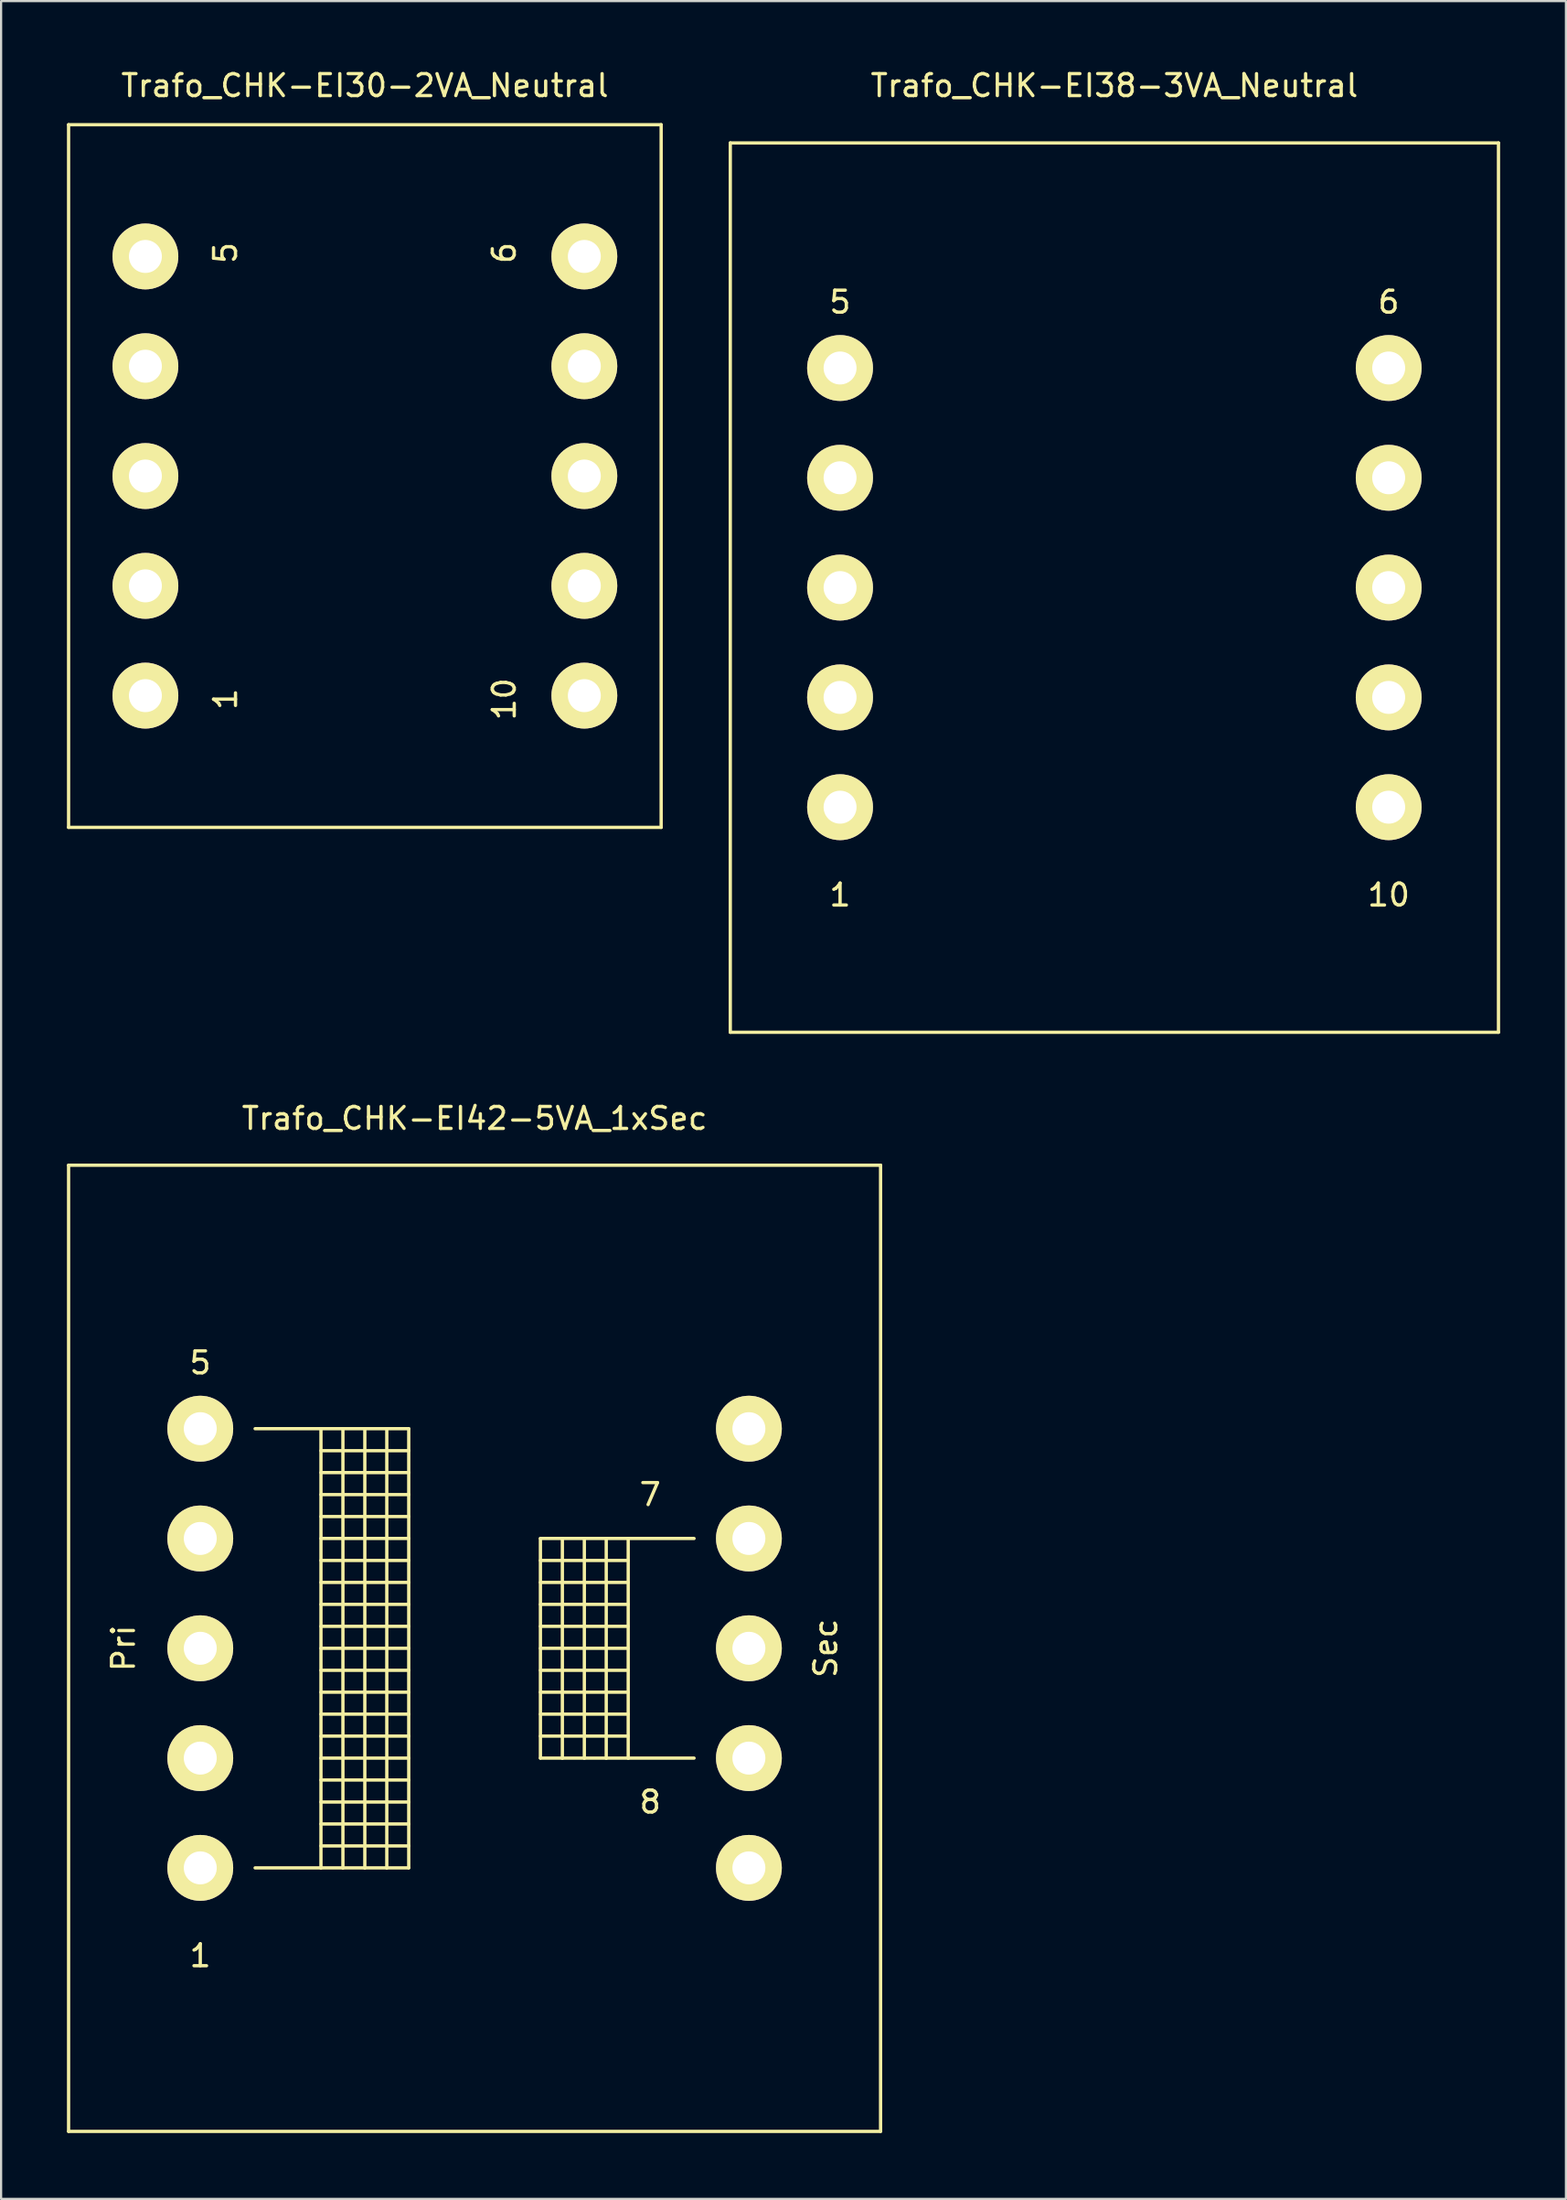
<source format=kicad_pcb>
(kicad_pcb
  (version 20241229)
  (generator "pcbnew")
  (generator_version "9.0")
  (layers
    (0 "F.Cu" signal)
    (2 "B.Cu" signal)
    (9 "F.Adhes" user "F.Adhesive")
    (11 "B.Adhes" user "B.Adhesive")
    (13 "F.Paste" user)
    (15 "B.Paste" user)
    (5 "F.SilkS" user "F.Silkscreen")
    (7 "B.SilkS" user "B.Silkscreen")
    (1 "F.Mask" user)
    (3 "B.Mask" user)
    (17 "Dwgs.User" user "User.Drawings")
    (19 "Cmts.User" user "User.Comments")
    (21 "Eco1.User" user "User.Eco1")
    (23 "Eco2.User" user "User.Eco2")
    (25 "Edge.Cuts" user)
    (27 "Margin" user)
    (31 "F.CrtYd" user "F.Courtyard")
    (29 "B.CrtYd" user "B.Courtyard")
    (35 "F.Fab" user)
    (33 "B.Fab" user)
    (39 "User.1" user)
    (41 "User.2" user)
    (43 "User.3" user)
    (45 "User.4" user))
  (footprint "Trafo_CHK-EI38-3VA_Neutral"
    (layer "F.Cu")
    (at 47.726 23.708)
    (property "Reference" "Trafo_CHK-EI38-3VA_Neutral" (at 0 -22.86 0) (layer "F.SilkS") (effects (font (size 1 1) (thickness 0.15))))
    (attr through_hole)
    (fp_line (start -17.501 -20.249) (end -17.501 20.249) (stroke (width 0.15) (type solid)) (layer "F.SilkS"))
    (fp_line (start -17.501 20.249) (end 17.501 20.249) (stroke (width 0.15) (type solid)) (layer "F.SilkS"))
    (fp_line (start 17.501 -20.249) (end -17.501 -20.249) (stroke (width 0.15) (type solid)) (layer "F.SilkS"))
    (fp_line (start 17.501 20.249) (end 17.501 -20.249) (stroke (width 0.15) (type solid)) (layer "F.SilkS"))
    (fp_text user "5" (at -12.499 -13 0) (layer "F.SilkS") (effects (font (size 1 1) (thickness 0.15))))
    (fp_text user "6" (at 12.499 -13 0) (layer "F.SilkS") (effects (font (size 1 1) (thickness 0.15))))
    (fp_text user "10" (at 12.499 14 0) (layer "F.SilkS") (effects (font (size 1 1) (thickness 0.15))))
    (fp_text user "1" (at -12.499 14 0) (layer "F.SilkS") (effects (font (size 1 1) (thickness 0.15))))
    (pad "1" thru_hole circle (at -12.499 10) (size 3 3) (drill 1.501) (layers "*.Cu" "*.Mask" "F.SilkS"))
    (pad "2" thru_hole circle (at -12.499 5.001) (size 3 3) (drill 1.501) (layers "*.Cu" "*.Mask" "F.SilkS"))
    (pad "3" thru_hole circle (at -12.499 0) (size 3 3) (drill 1.501) (layers "*.Cu" "*.Mask" "F.SilkS"))
    (pad "4" thru_hole circle (at -12.499 -5.001) (size 3 3) (drill 1.501) (layers "*.Cu" "*.Mask" "F.SilkS"))
    (pad "5" thru_hole circle (at -12.499 -10) (size 3 3) (drill 1.501) (layers "*.Cu" "*.Mask" "F.SilkS"))
    (pad "6" thru_hole circle (at 12.499 -10) (size 3 3) (drill 1.501) (layers "*.Cu" "*.Mask" "F.SilkS"))
    (pad "7" thru_hole circle (at 12.499 -5.001) (size 3 3) (drill 1.501) (layers "*.Cu" "*.Mask" "F.SilkS"))
    (pad "8" thru_hole circle (at 12.499 0) (size 3 3) (drill 1.501) (layers "*.Cu" "*.Mask" "F.SilkS"))
    (pad "9" thru_hole circle (at 12.499 5.001) (size 3 3) (drill 1.501) (layers "*.Cu" "*.Mask" "F.SilkS"))
    (pad "10" thru_hole circle (at 12.499 10) (size 3 3) (drill 1.501) (layers "*.Cu" "*.Mask" "F.SilkS")))
  (footprint "Trafo_CHK-EI42-5VA_1xSec"
    (layer "F.Cu")
    (at 18.574 72.01)
    (property "Reference" "Trafo_CHK-EI42-5VA_1xSec" (at 0 -24.13 0) (layer "F.SilkS") (effects (font (size 1 1) (thickness 0.15))))
    (attr through_hole)
    (fp_line (start -18.499 -21.999) (end -18.499 21.999) (stroke (width 0.15) (type solid)) (layer "F.SilkS"))
    (fp_line (start -18.499 21.999) (end 18.499 21.999) (stroke (width 0.15) (type solid)) (layer "F.SilkS"))
    (fp_line (start -10 -10) (end -7 -10) (stroke (width 0.15) (type solid)) (layer "F.SilkS"))
    (fp_line (start -7 -10) (end -7 10) (stroke (width 0.15) (type solid)) (layer "F.SilkS"))
    (fp_line (start -7 -10) (end -5.999 -10) (stroke (width 0.15) (type solid)) (layer "F.SilkS"))
    (fp_line (start -7 -8.999) (end -3 -8.999) (stroke (width 0.15) (type solid)) (layer "F.SilkS"))
    (fp_line (start -7 -8.001) (end -3 -8.001) (stroke (width 0.15) (type solid)) (layer "F.SilkS"))
    (fp_line (start -7 -7) (end -3 -7) (stroke (width 0.15) (type solid)) (layer "F.SilkS"))
    (fp_line (start -7 -5.999) (end -3 -5.999) (stroke (width 0.15) (type solid)) (layer "F.SilkS"))
    (fp_line (start -7 -5.001) (end -3 -5.001) (stroke (width 0.15) (type solid)) (layer "F.SilkS"))
    (fp_line (start -7 -4) (end -3 -4) (stroke (width 0.15) (type solid)) (layer "F.SilkS"))
    (fp_line (start -7 -3) (end -3 -3) (stroke (width 0.15) (type solid)) (layer "F.SilkS"))
    (fp_line (start -7 -1.999) (end -3 -1.999) (stroke (width 0.15) (type solid)) (layer "F.SilkS"))
    (fp_line (start -7 -1.001) (end -3 -1.001) (stroke (width 0.15) (type solid)) (layer "F.SilkS"))
    (fp_line (start -7 0) (end -3 0) (stroke (width 0.15) (type solid)) (layer "F.SilkS"))
    (fp_line (start -7 1.001) (end -3 1.001) (stroke (width 0.15) (type solid)) (layer "F.SilkS"))
    (fp_line (start -7 1.999) (end -3 1.999) (stroke (width 0.15) (type solid)) (layer "F.SilkS"))
    (fp_line (start -7 3) (end -3 3) (stroke (width 0.15) (type solid)) (layer "F.SilkS"))
    (fp_line (start -7 4) (end -3 4) (stroke (width 0.15) (type solid)) (layer "F.SilkS"))
    (fp_line (start -7 5.001) (end -3 5.001) (stroke (width 0.15) (type solid)) (layer "F.SilkS"))
    (fp_line (start -7 5.999) (end -3 5.999) (stroke (width 0.15) (type solid)) (layer "F.SilkS"))
    (fp_line (start -7 7) (end -3 7) (stroke (width 0.15) (type solid)) (layer "F.SilkS"))
    (fp_line (start -7 8.001) (end -3 8.001) (stroke (width 0.15) (type solid)) (layer "F.SilkS"))
    (fp_line (start -7 8.999) (end -3 8.999) (stroke (width 0.15) (type solid)) (layer "F.SilkS"))
    (fp_line (start -7 10) (end -10 10) (stroke (width 0.15) (type solid)) (layer "F.SilkS"))
    (fp_line (start -5.999 -10) (end -5.999 10) (stroke (width 0.15) (type solid)) (layer "F.SilkS"))
    (fp_line (start -5.999 -10) (end -5.001 -10) (stroke (width 0.15) (type solid)) (layer "F.SilkS"))
    (fp_line (start -5.999 10) (end -7 10) (stroke (width 0.15) (type solid)) (layer "F.SilkS"))
    (fp_line (start -5.001 -10) (end -5.001 10) (stroke (width 0.15) (type solid)) (layer "F.SilkS"))
    (fp_line (start -5.001 -10) (end -4 -10) (stroke (width 0.15) (type solid)) (layer "F.SilkS"))
    (fp_line (start -5.001 10) (end -5.999 10) (stroke (width 0.15) (type solid)) (layer "F.SilkS"))
    (fp_line (start -4 -10) (end -4 10) (stroke (width 0.15) (type solid)) (layer "F.SilkS"))
    (fp_line (start -4 -10) (end -3 -10) (stroke (width 0.15) (type solid)) (layer "F.SilkS"))
    (fp_line (start -4 10) (end -5.001 10) (stroke (width 0.15) (type solid)) (layer "F.SilkS"))
    (fp_line (start -3 -10) (end -3 10) (stroke (width 0.15) (type solid)) (layer "F.SilkS"))
    (fp_line (start -3 10) (end -4 10) (stroke (width 0.15) (type solid)) (layer "F.SilkS"))
    (fp_line (start 3 -5.001) (end 3 5.001) (stroke (width 0.15) (type solid)) (layer "F.SilkS"))
    (fp_line (start 3 -4) (end 7 -4) (stroke (width 0.15) (type solid)) (layer "F.SilkS"))
    (fp_line (start 3 -1.999) (end 7 -1.999) (stroke (width 0.15) (type solid)) (layer "F.SilkS"))
    (fp_line (start 3 0) (end 7 0) (stroke (width 0.15) (type solid)) (layer "F.SilkS"))
    (fp_line (start 3 1.999) (end 7 1.999) (stroke (width 0.15) (type solid)) (layer "F.SilkS"))
    (fp_line (start 3 4) (end 7 4) (stroke (width 0.15) (type solid)) (layer "F.SilkS"))
    (fp_line (start 3 5.001) (end 4 5.001) (stroke (width 0.15) (type solid)) (layer "F.SilkS"))
    (fp_line (start 4 -5.001) (end 3 -5.001) (stroke (width 0.15) (type solid)) (layer "F.SilkS"))
    (fp_line (start 4 -5.001) (end 4 5.001) (stroke (width 0.15) (type solid)) (layer "F.SilkS"))
    (fp_line (start 4 5.001) (end 5.001 5.001) (stroke (width 0.15) (type solid)) (layer "F.SilkS"))
    (fp_line (start 5.001 -5.001) (end 4 -5.001) (stroke (width 0.15) (type solid)) (layer "F.SilkS"))
    (fp_line (start 5.001 -5.001) (end 5.001 5.001) (stroke (width 0.15) (type solid)) (layer "F.SilkS"))
    (fp_line (start 5.001 5.001) (end 5.999 5.001) (stroke (width 0.15) (type solid)) (layer "F.SilkS"))
    (fp_line (start 5.999 -5.001) (end 5.001 -5.001) (stroke (width 0.15) (type solid)) (layer "F.SilkS"))
    (fp_line (start 5.999 -5.001) (end 5.999 5.001) (stroke (width 0.15) (type solid)) (layer "F.SilkS"))
    (fp_line (start 5.999 5.001) (end 7 5.001) (stroke (width 0.15) (type solid)) (layer "F.SilkS"))
    (fp_line (start 7 -5.001) (end 5.999 -5.001) (stroke (width 0.15) (type solid)) (layer "F.SilkS"))
    (fp_line (start 7 -5.001) (end 7 5.001) (stroke (width 0.15) (type solid)) (layer "F.SilkS"))
    (fp_line (start 7 -3) (end 3 -3) (stroke (width 0.15) (type solid)) (layer "F.SilkS"))
    (fp_line (start 7 -1.001) (end 3 -1.001) (stroke (width 0.15) (type solid)) (layer "F.SilkS"))
    (fp_line (start 7 1.001) (end 3 1.001) (stroke (width 0.15) (type solid)) (layer "F.SilkS"))
    (fp_line (start 7 3) (end 3 3) (stroke (width 0.15) (type solid)) (layer "F.SilkS"))
    (fp_line (start 7 5.001) (end 10 5.001) (stroke (width 0.15) (type solid)) (layer "F.SilkS"))
    (fp_line (start 10 -5.001) (end 7 -5.001) (stroke (width 0.15) (type solid)) (layer "F.SilkS"))
    (fp_line (start 18.499 -21.999) (end -18.499 -21.999) (stroke (width 0.15) (type solid)) (layer "F.SilkS"))
    (fp_line (start 18.499 21.999) (end 18.499 -21.999) (stroke (width 0.15) (type solid)) (layer "F.SilkS"))
    (fp_text user "8" (at 8.001 7 0) (layer "F.SilkS") (effects (font (size 1 1) (thickness 0.15))))
    (fp_text user "1" (at -12.499 14 0) (layer "F.SilkS") (effects (font (size 1 1) (thickness 0.15))))
    (fp_text user "Pri" (at -15.999 0 90) (layer "F.SilkS") (effects (font (size 1 1) (thickness 0.15))))
    (fp_text user "Sec" (at 15.999 0 90) (layer "F.SilkS") (effects (font (size 1 1) (thickness 0.15))))
    (fp_text user "5" (at -12.499 -13 0) (layer "F.SilkS") (effects (font (size 1 1) (thickness 0.15))))
    (fp_text user "7" (at 8.001 -7 0) (layer "F.SilkS") (effects (font (size 1 1) (thickness 0.15))))
    (pad "1" thru_hole circle (at -12.499 10) (size 3 3) (drill 1.501) (layers "*.Cu" "*.Mask" "F.SilkS"))
    (pad "2" thru_hole circle (at -12.499 5.001) (size 3 3) (drill 1.501) (layers "*.Cu" "*.Mask" "F.SilkS"))
    (pad "3" thru_hole circle (at -12.499 0) (size 3 3) (drill 1.501) (layers "*.Cu" "*.Mask" "F.SilkS"))
    (pad "4" thru_hole circle (at -12.499 -5.001) (size 3 3) (drill 1.501) (layers "*.Cu" "*.Mask" "F.SilkS"))
    (pad "5" thru_hole circle (at -12.499 -10) (size 3 3) (drill 1.501) (layers "*.Cu" "*.Mask" "F.SilkS"))
    (pad "6" thru_hole circle (at 12.499 -10) (size 3 3) (drill 1.501) (layers "*.Cu" "*.Mask" "F.SilkS"))
    (pad "7" thru_hole circle (at 12.499 -5.001) (size 3 3) (drill 1.501) (layers "*.Cu" "*.Mask" "F.SilkS"))
    (pad "8" thru_hole circle (at 12.499 0) (size 3 3) (drill 1.501) (layers "*.Cu" "*.Mask" "F.SilkS"))
    (pad "9" thru_hole circle (at 12.499 5.001) (size 3 3) (drill 1.501) (layers "*.Cu" "*.Mask" "F.SilkS"))
    (pad "10" thru_hole circle (at 12.499 10) (size 3 3) (drill 1.501) (layers "*.Cu" "*.Mask" "F.SilkS")))
  (footprint "Trafo_CHK-EI30-2VA_Neutral"
    (layer "F.Cu")
    (at 13.575 18.628)
    (property "Reference" "Trafo_CHK-EI30-2VA_Neutral" (at 0 -17.78 0) (layer "F.SilkS") (effects (font (size 1 1) (thickness 0.15))))
    (attr through_hole)
    (fp_line (start -13.5 -15.999) (end -13.5 15.999) (stroke (width 0.15) (type solid)) (layer "F.SilkS"))
    (fp_line (start -13.5 15.999) (end 13.5 15.999) (stroke (width 0.15) (type solid)) (layer "F.SilkS"))
    (fp_line (start 13.5 -15.999) (end -13.5 -15.999) (stroke (width 0.15) (type solid)) (layer "F.SilkS"))
    (fp_line (start 13.5 15.999) (end 13.5 -15.999) (stroke (width 0.15) (type solid)) (layer "F.SilkS"))
    (fp_text user "1" (at -6.35 10.16 90) (layer "F.SilkS") (effects (font (size 1 1) (thickness 0.15))))
    (fp_text user "6" (at 6.35 -10.16 90) (layer "F.SilkS") (effects (font (size 1 1) (thickness 0.15))))
    (fp_text user "5" (at -6.35 -10.16 90) (layer "F.SilkS") (effects (font (size 1 1) (thickness 0.15))))
    (fp_text user "10" (at 6.35 10.16 90) (layer "F.SilkS") (effects (font (size 1 1) (thickness 0.15))))
    (pad "1" thru_hole circle (at -10 10) (size 3 3) (drill 1.501) (layers "*.Cu" "*.Mask" "F.SilkS"))
    (pad "2" thru_hole circle (at -10 5.001) (size 3 3) (drill 1.501) (layers "*.Cu" "*.Mask" "F.SilkS"))
    (pad "3" thru_hole circle (at -10 0) (size 3 3) (drill 1.501) (layers "*.Cu" "*.Mask" "F.SilkS"))
    (pad "4" thru_hole circle (at -10 -5.001) (size 3 3) (drill 1.501) (layers "*.Cu" "*.Mask" "F.SilkS"))
    (pad "5" thru_hole circle (at -10 -10) (size 3 3) (drill 1.501) (layers "*.Cu" "*.Mask" "F.SilkS"))
    (pad "6" thru_hole circle (at 10 -10) (size 3 3) (drill 1.501) (layers "*.Cu" "*.Mask" "F.SilkS"))
    (pad "7" thru_hole circle (at 10 -5.001) (size 3 3) (drill 1.501) (layers "*.Cu" "*.Mask" "F.SilkS"))
    (pad "8" thru_hole circle (at 10 0) (size 3 3) (drill 1.501) (layers "*.Cu" "*.Mask" "F.SilkS"))
    (pad "9" thru_hole circle (at 10 5.001) (size 3 3) (drill 1.501) (layers "*.Cu" "*.Mask" "F.SilkS"))
    (pad "10" thru_hole circle (at 10 10) (size 3 3) (drill 1.501) (layers "*.Cu" "*.Mask" "F.SilkS")))
  (gr_rect
    (start -3 -3)
    (end 68.301 97.084)
    (stroke (width 0.1) (type default))
    (fill no)
    (layer "Edge.Cuts")))
</source>
